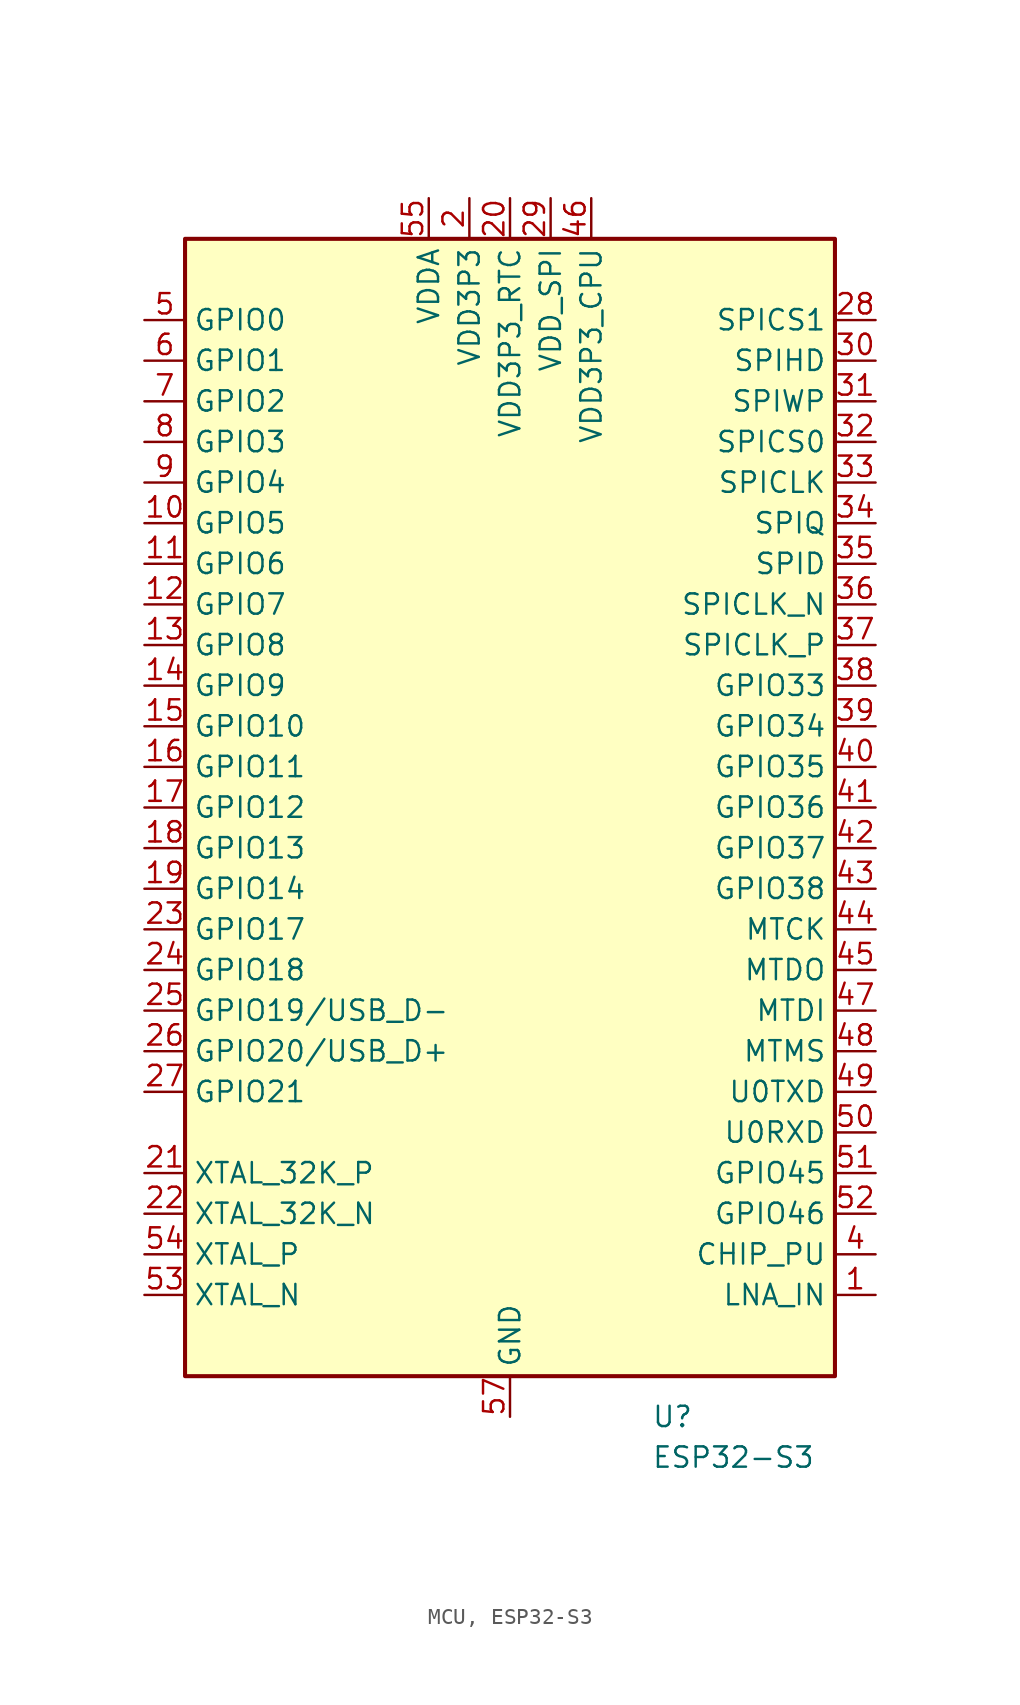
<source format=kicad_sym>
(kicad_symbol_lib
  (version 20231120)
  (generator "kicad_symbol_editor")
  (generator_version "8.0")
  (symbol "MCU, ESP32-S3"
    (property "Reference" "U"
      (at 10.16 -38.1 0)
      (effects (font (size 1.27 1.27))))
    (property "Value" "ESP32-S3"
      (at 13.97 -40.64 0)
      (effects (font (size 1.27 1.27))))
    (symbol "MCU, ESP32-S3_0_1"
      (rectangle (start -20.32 35.56) (end 20.32 -35.56) (stroke (width 0.254) (type default)) (fill (type background))))
    (symbol "MCU, ESP32-S3_1_0"
      (pin bidirectional line (at 22.86 12.7 180) (length 2.54) (name "SPICLK_N" (effects (font (size 1.27 1.27)))) (number "36" (effects (font (size 1.27 1.27)))))
      (pin bidirectional line (at 22.86 -10.16 180) (length 2.54) (name "MTDO" (effects (font (size 1.27 1.27)))) (number "45" (effects (font (size 1.27 1.27)))))
      (pin bidirectional line (at 22.86 -22.86 180) (length 2.54) (name "GPIO45" (effects (font (size 1.27 1.27)))) (number "51" (effects (font (size 1.27 1.27)))))
      (pin passive line (at -5.08 38.1 270) (length 2.54) hide (name "VDDA" (effects (font (size 1.27 1.27)))) (number "56" (effects (font (size 1.27 1.27))))))
    (symbol "MCU, ESP32-S3_1_1"
      (pin bidirectional line (at 22.86 -30.48 180) (length 2.54) (name "LNA_IN" (effects (font (size 1.27 1.27)))) (number "1" (effects (font (size 1.27 1.27)))))
      (pin bidirectional line (at -22.86 17.78 0) (length 2.54) (name "GPIO5" (effects (font (size 1.27 1.27)))) (number "10" (effects (font (size 1.27 1.27)))))
      (pin bidirectional line (at -22.86 15.24 0) (length 2.54) (name "GPIO6" (effects (font (size 1.27 1.27)))) (number "11" (effects (font (size 1.27 1.27)))))
      (pin bidirectional line (at -22.86 12.7 0) (length 2.54) (name "GPIO7" (effects (font (size 1.27 1.27)))) (number "12" (effects (font (size 1.27 1.27)))))
      (pin bidirectional line (at -22.86 10.16 0) (length 2.54) (name "GPIO8" (effects (font (size 1.27 1.27)))) (number "13" (effects (font (size 1.27 1.27)))))
      (pin bidirectional line (at -22.86 7.62 0) (length 2.54) (name "GPIO9" (effects (font (size 1.27 1.27)))) (number "14" (effects (font (size 1.27 1.27)))))
      (pin bidirectional line (at -22.86 5.08 0) (length 2.54) (name "GPIO10" (effects (font (size 1.27 1.27)))) (number "15" (effects (font (size 1.27 1.27)))))
      (pin bidirectional line (at -22.86 2.54 0) (length 2.54) (name "GPIO11" (effects (font (size 1.27 1.27)))) (number "16" (effects (font (size 1.27 1.27)))))
      (pin bidirectional line (at -22.86 0 0) (length 2.54) (name "GPIO12" (effects (font (size 1.27 1.27)))) (number "17" (effects (font (size 1.27 1.27)))))
      (pin bidirectional line (at -22.86 -2.54 0) (length 2.54) (name "GPIO13" (effects (font (size 1.27 1.27)))) (number "18" (effects (font (size 1.27 1.27)))))
      (pin bidirectional line (at -22.86 -5.08 0) (length 2.54) (name "GPIO14" (effects (font (size 1.27 1.27)))) (number "19" (effects (font (size 1.27 1.27)))))
      (pin power_in line (at -2.54 38.1 270) (length 2.54) (name "VDD3P3" (effects (font (size 1.27 1.27)))) (number "2" (effects (font (size 1.27 1.27)))))
      (pin power_in line (at 0 38.1 270) (length 2.54) (name "VDD3P3_RTC" (effects (font (size 1.27 1.27)))) (number "20" (effects (font (size 1.27 1.27)))))
      (pin passive line (at -22.86 -22.86 0) (length 2.54) (name "XTAL_32K_P" (effects (font (size 1.27 1.27)))) (number "21" (effects (font (size 1.27 1.27)))))
      (pin passive line (at -22.86 -25.4 0) (length 2.54) (name "XTAL_32K_N" (effects (font (size 1.27 1.27)))) (number "22" (effects (font (size 1.27 1.27)))))
      (pin bidirectional line (at -22.86 -7.62 0) (length 2.54) (name "GPIO17" (effects (font (size 1.27 1.27)))) (number "23" (effects (font (size 1.27 1.27)))))
      (pin bidirectional line (at -22.86 -10.16 0) (length 2.54) (name "GPIO18" (effects (font (size 1.27 1.27)))) (number "24" (effects (font (size 1.27 1.27)))))
      (pin bidirectional line (at -22.86 -12.7 0) (length 2.54) (name "GPIO19/USB_D-" (effects (font (size 1.27 1.27)))) (number "25" (effects (font (size 1.27 1.27)))))
      (pin bidirectional line (at -22.86 -15.24 0) (length 2.54) (name "GPIO20/USB_D+" (effects (font (size 1.27 1.27)))) (number "26" (effects (font (size 1.27 1.27)))))
      (pin bidirectional line (at -22.86 -17.78 0) (length 2.54) (name "GPIO21" (effects (font (size 1.27 1.27)))) (number "27" (effects (font (size 1.27 1.27)))))
      (pin bidirectional line (at 22.86 30.48 180) (length 2.54) (name "SPICS1" (effects (font (size 1.27 1.27)))) (number "28" (effects (font (size 1.27 1.27)))))
      (pin power_in line (at 2.54 38.1 270) (length 2.54) (name "VDD_SPI" (effects (font (size 1.27 1.27)))) (number "29" (effects (font (size 1.27 1.27)))))
      (pin passive line (at -2.54 38.1 270) (length 2.54) hide (name "VDD3P3" (effects (font (size 1.27 1.27)))) (number "3" (effects (font (size 1.27 1.27)))))
      (pin bidirectional line (at 22.86 27.94 180) (length 2.54) (name "SPIHD" (effects (font (size 1.27 1.27)))) (number "30" (effects (font (size 1.27 1.27)))))
      (pin bidirectional line (at 22.86 25.4 180) (length 2.54) (name "SPIWP" (effects (font (size 1.27 1.27)))) (number "31" (effects (font (size 1.27 1.27)))))
      (pin bidirectional line (at 22.86 22.86 180) (length 2.54) (name "SPICS0" (effects (font (size 1.27 1.27)))) (number "32" (effects (font (size 1.27 1.27)))))
      (pin bidirectional line (at 22.86 20.32 180) (length 2.54) (name "SPICLK" (effects (font (size 1.27 1.27)))) (number "33" (effects (font (size 1.27 1.27)))))
      (pin bidirectional line (at 22.86 17.78 180) (length 2.54) (name "SPIQ" (effects (font (size 1.27 1.27)))) (number "34" (effects (font (size 1.27 1.27)))))
      (pin bidirectional line (at 22.86 15.24 180) (length 2.54) (name "SPID" (effects (font (size 1.27 1.27)))) (number "35" (effects (font (size 1.27 1.27)))))
      (pin bidirectional line (at 22.86 10.16 180) (length 2.54) (name "SPICLK_P" (effects (font (size 1.27 1.27)))) (number "37" (effects (font (size 1.27 1.27)))))
      (pin bidirectional line (at 22.86 7.62 180) (length 2.54) (name "GPIO33" (effects (font (size 1.27 1.27)))) (number "38" (effects (font (size 1.27 1.27)))))
      (pin bidirectional line (at 22.86 5.08 180) (length 2.54) (name "GPIO34" (effects (font (size 1.27 1.27)))) (number "39" (effects (font (size 1.27 1.27)))))
      (pin input line (at 22.86 -27.94 180) (length 2.54) (name "CHIP_PU" (effects (font (size 1.27 1.27)))) (number "4" (effects (font (size 1.27 1.27)))))
      (pin bidirectional line (at 22.86 2.54 180) (length 2.54) (name "GPIO35" (effects (font (size 1.27 1.27)))) (number "40" (effects (font (size 1.27 1.27)))))
      (pin bidirectional line (at 22.86 0 180) (length 2.54) (name "GPIO36" (effects (font (size 1.27 1.27)))) (number "41" (effects (font (size 1.27 1.27)))))
      (pin bidirectional line (at 22.86 -2.54 180) (length 2.54) (name "GPIO37" (effects (font (size 1.27 1.27)))) (number "42" (effects (font (size 1.27 1.27)))))
      (pin bidirectional line (at 22.86 -5.08 180) (length 2.54) (name "GPIO38" (effects (font (size 1.27 1.27)))) (number "43" (effects (font (size 1.27 1.27)))))
      (pin bidirectional line (at 22.86 -7.62 180) (length 2.54) (name "MTCK" (effects (font (size 1.27 1.27)))) (number "44" (effects (font (size 1.27 1.27)))))
      (pin power_in line (at 5.08 38.1 270) (length 2.54) (name "VDD3P3_CPU" (effects (font (size 1.27 1.27)))) (number "46" (effects (font (size 1.27 1.27)))))
      (pin bidirectional line (at 22.86 -12.7 180) (length 2.54) (name "MTDI" (effects (font (size 1.27 1.27)))) (number "47" (effects (font (size 1.27 1.27)))))
      (pin bidirectional line (at 22.86 -15.24 180) (length 2.54) (name "MTMS" (effects (font (size 1.27 1.27)))) (number "48" (effects (font (size 1.27 1.27)))))
      (pin bidirectional line (at 22.86 -17.78 180) (length 2.54) (name "U0TXD" (effects (font (size 1.27 1.27)))) (number "49" (effects (font (size 1.27 1.27)))))
      (pin bidirectional line (at -22.86 30.48 0) (length 2.54) (name "GPIO0" (effects (font (size 1.27 1.27)))) (number "5" (effects (font (size 1.27 1.27)))))
      (pin bidirectional line (at 22.86 -20.32 180) (length 2.54) (name "U0RXD" (effects (font (size 1.27 1.27)))) (number "50" (effects (font (size 1.27 1.27)))))
      (pin bidirectional line (at 22.86 -25.4 180) (length 2.54) (name "GPIO46" (effects (font (size 1.27 1.27)))) (number "52" (effects (font (size 1.27 1.27)))))
      (pin output line (at -22.86 -30.48 0) (length 2.54) (name "XTAL_N" (effects (font (size 1.27 1.27)))) (number "53" (effects (font (size 1.27 1.27)))))
      (pin input line (at -22.86 -27.94 0) (length 2.54) (name "XTAL_P" (effects (font (size 1.27 1.27)))) (number "54" (effects (font (size 1.27 1.27)))))
      (pin power_in line (at -5.08 38.1 270) (length 2.54) (name "VDDA" (effects (font (size 1.27 1.27)))) (number "55" (effects (font (size 1.27 1.27)))))
      (pin power_in line (at 0 -38.1 90) (length 2.54) (name "GND" (effects (font (size 1.27 1.27)))) (number "57" (effects (font (size 1.27 1.27)))))
      (pin bidirectional line (at -22.86 27.94 0) (length 2.54) (name "GPIO1" (effects (font (size 1.27 1.27)))) (number "6" (effects (font (size 1.27 1.27)))))
      (pin bidirectional line (at -22.86 25.4 0) (length 2.54) (name "GPIO2" (effects (font (size 1.27 1.27)))) (number "7" (effects (font (size 1.27 1.27)))))
      (pin bidirectional line (at -22.86 22.86 0) (length 2.54) (name "GPIO3" (effects (font (size 1.27 1.27)))) (number "8" (effects (font (size 1.27 1.27)))))
      (pin bidirectional line (at -22.86 20.32 0) (length 2.54) (name "GPIO4" (effects (font (size 1.27 1.27)))) (number "9" (effects (font (size 1.27 1.27))))))))
</source>
